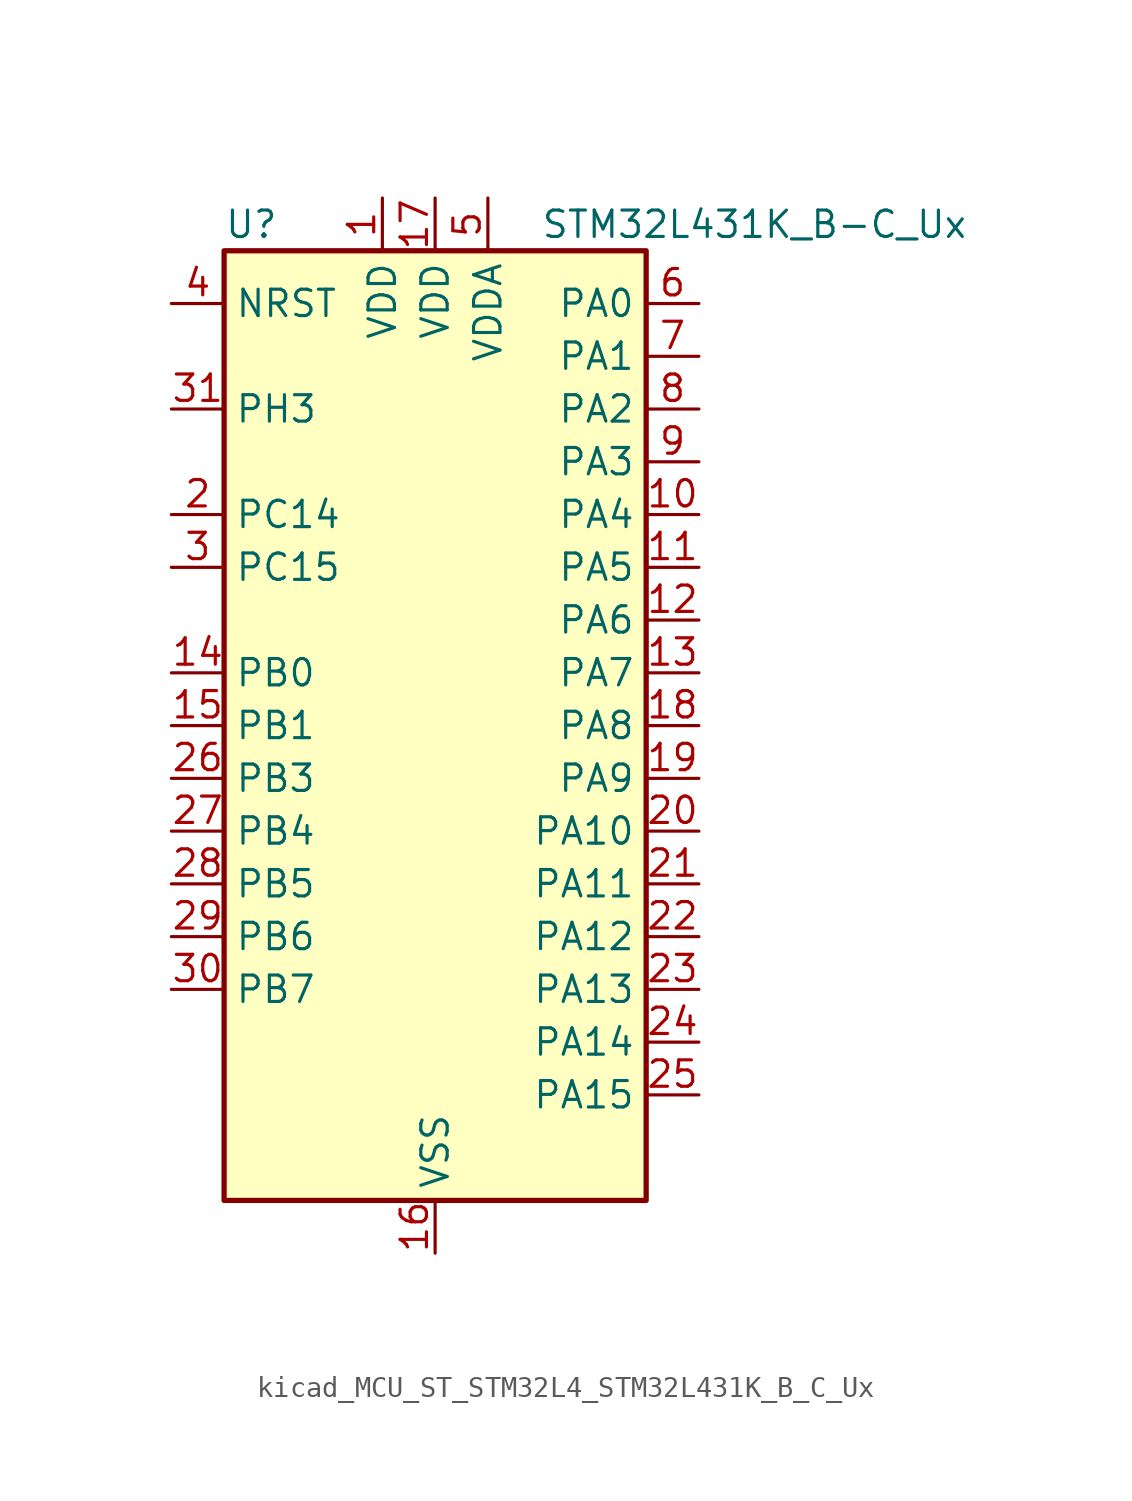
<source format=kicad_sym>
(kicad_symbol_lib
  (version 20220914)
  (generator kicad_symbol_editor)
  (symbol "kicad_MCU_ST_STM32L4_STM32L431K_B_C_Ux"
    (property "Reference" "U"
      (at -10.16 24.13 0)
      (effects (font (size 1.27 1.27)) (justify left)))
    (property "Value" "STM32L431K_B-C_Ux"
      (at 5.08 24.13 0)
      (effects (font (size 1.27 1.27)) (justify left)))
    (property "ki_locked" ""
      (at 0 0 0)
      (effects (font (size 1.27 1.27))))
    (symbol "kicad_MCU_ST_STM32L4_STM32L431K_B_C_Ux_0_1"
      (rectangle (start -10.16 -22.86) (end 10.16 22.86) (stroke (width 0.254) (type default)) (fill (type background))))
    (symbol "kicad_MCU_ST_STM32L4_STM32L431K_B_C_Ux_1_1"
      (pin power_in line (at -2.54 25.4 270) (length 2.54) (name "VDD" (effects (font (size 1.27 1.27)))) (number "1" (effects (font (size 1.27 1.27)))))
      (pin bidirectional line (at 12.7 10.16 180) (length 2.54) (name "PA4" (effects (font (size 1.27 1.27)))) (number "10" (effects (font (size 1.27 1.27)))) (alternate "ADC1_IN9" bidirectional line) (alternate "COMP1_INM" bidirectional line) (alternate "COMP2_INM" bidirectional line) (alternate "DAC1_OUT1" bidirectional line) (alternate "LPTIM2_OUT" bidirectional line) (alternate "SAI1_FS_B" bidirectional line) (alternate "SPI1_NSS" bidirectional line) (alternate "SPI3_NSS" bidirectional line) (alternate "USART2_CK" bidirectional line))
      (pin bidirectional line (at 12.7 7.62 180) (length 2.54) (name "PA5" (effects (font (size 1.27 1.27)))) (number "11" (effects (font (size 1.27 1.27)))) (alternate "ADC1_IN10" bidirectional line) (alternate "COMP1_INM" bidirectional line) (alternate "COMP2_INM" bidirectional line) (alternate "DAC1_OUT2" bidirectional line) (alternate "LPTIM2_ETR" bidirectional line) (alternate "SPI1_SCK" bidirectional line) (alternate "TIM2_CH1" bidirectional line) (alternate "TIM2_ETR" bidirectional line))
      (pin bidirectional line (at 12.7 5.08 180) (length 2.54) (name "PA6" (effects (font (size 1.27 1.27)))) (number "12" (effects (font (size 1.27 1.27)))) (alternate "ADC1_IN11" bidirectional line) (alternate "COMP1_OUT" bidirectional line) (alternate "LPUART1_CTS" bidirectional line) (alternate "QUADSPI_BK1_IO3" bidirectional line) (alternate "SPI1_MISO" bidirectional line) (alternate "TIM16_CH1" bidirectional line) (alternate "TIM1_BKIN" bidirectional line) (alternate "TIM1_BKIN_COMP2" bidirectional line))
      (pin bidirectional line (at 12.7 2.54 180) (length 2.54) (name "PA7" (effects (font (size 1.27 1.27)))) (number "13" (effects (font (size 1.27 1.27)))) (alternate "ADC1_IN12" bidirectional line) (alternate "COMP2_OUT" bidirectional line) (alternate "I2C3_SCL" bidirectional line) (alternate "QUADSPI_BK1_IO2" bidirectional line) (alternate "SPI1_MOSI" bidirectional line) (alternate "TIM1_CH1N" bidirectional line))
      (pin bidirectional line (at -12.7 2.54 0) (length 2.54) (name "PB0" (effects (font (size 1.27 1.27)))) (number "14" (effects (font (size 1.27 1.27)))) (alternate "ADC1_IN15" bidirectional line) (alternate "COMP1_OUT" bidirectional line) (alternate "QUADSPI_BK1_IO1" bidirectional line) (alternate "SAI1_EXTCLK" bidirectional line) (alternate "SPI1_NSS" bidirectional line) (alternate "TIM1_CH2N" bidirectional line))
      (pin bidirectional line (at -12.7 0 0) (length 2.54) (name "PB1" (effects (font (size 1.27 1.27)))) (number "15" (effects (font (size 1.27 1.27)))) (alternate "ADC1_IN16" bidirectional line) (alternate "COMP1_INM" bidirectional line) (alternate "LPTIM2_IN1" bidirectional line) (alternate "LPUART1_DE" bidirectional line) (alternate "LPUART1_RTS" bidirectional line) (alternate "QUADSPI_BK1_IO0" bidirectional line) (alternate "TIM1_CH3N" bidirectional line))
      (pin power_in line (at 0 -25.4 90) (length 2.54) (name "VSS" (effects (font (size 1.27 1.27)))) (number "16" (effects (font (size 1.27 1.27)))))
      (pin power_in line (at 0 25.4 270) (length 2.54) (name "VDD" (effects (font (size 1.27 1.27)))) (number "17" (effects (font (size 1.27 1.27)))))
      (pin bidirectional line (at 12.7 0 180) (length 2.54) (name "PA8" (effects (font (size 1.27 1.27)))) (number "18" (effects (font (size 1.27 1.27)))) (alternate "LPTIM2_OUT" bidirectional line) (alternate "RCC_MCO" bidirectional line) (alternate "SAI1_SCK_A" bidirectional line) (alternate "SWPMI1_IO" bidirectional line) (alternate "TIM1_CH1" bidirectional line) (alternate "USART1_CK" bidirectional line))
      (pin bidirectional line (at 12.7 -2.54 180) (length 2.54) (name "PA9" (effects (font (size 1.27 1.27)))) (number "19" (effects (font (size 1.27 1.27)))) (alternate "DAC1_EXTI9" bidirectional line) (alternate "I2C1_SCL" bidirectional line) (alternate "SAI1_FS_A" bidirectional line) (alternate "TIM15_BKIN" bidirectional line) (alternate "TIM1_CH2" bidirectional line) (alternate "USART1_TX" bidirectional line))
      (pin bidirectional line (at -12.7 10.16 0) (length 2.54) (name "PC14" (effects (font (size 1.27 1.27)))) (number "2" (effects (font (size 1.27 1.27)))) (alternate "RCC_OSC32_IN" bidirectional line))
      (pin bidirectional line (at 12.7 -5.08 180) (length 2.54) (name "PA10" (effects (font (size 1.27 1.27)))) (number "20" (effects (font (size 1.27 1.27)))) (alternate "I2C1_SDA" bidirectional line) (alternate "SAI1_SD_A" bidirectional line) (alternate "TIM1_CH3" bidirectional line) (alternate "USART1_RX" bidirectional line))
      (pin bidirectional line (at 12.7 -7.62 180) (length 2.54) (name "PA11" (effects (font (size 1.27 1.27)))) (number "21" (effects (font (size 1.27 1.27)))) (alternate "ADC1_EXTI11" bidirectional line) (alternate "CAN1_RX" bidirectional line) (alternate "COMP1_OUT" bidirectional line) (alternate "SPI1_MISO" bidirectional line) (alternate "TIM1_BKIN2" bidirectional line) (alternate "TIM1_BKIN2_COMP1" bidirectional line) (alternate "TIM1_CH4" bidirectional line) (alternate "USART1_CTS" bidirectional line))
      (pin bidirectional line (at 12.7 -10.16 180) (length 2.54) (name "PA12" (effects (font (size 1.27 1.27)))) (number "22" (effects (font (size 1.27 1.27)))) (alternate "CAN1_TX" bidirectional line) (alternate "SPI1_MOSI" bidirectional line) (alternate "TIM1_ETR" bidirectional line) (alternate "USART1_DE" bidirectional line) (alternate "USART1_RTS" bidirectional line))
      (pin bidirectional line (at 12.7 -12.7 180) (length 2.54) (name "PA13" (effects (font (size 1.27 1.27)))) (number "23" (effects (font (size 1.27 1.27)))) (alternate "IR_OUT" bidirectional line) (alternate "SAI1_SD_B" bidirectional line) (alternate "SWPMI1_TX" bidirectional line) (alternate "SYS_JTMS-SWDIO" bidirectional line))
      (pin bidirectional line (at 12.7 -15.24 180) (length 2.54) (name "PA14" (effects (font (size 1.27 1.27)))) (number "24" (effects (font (size 1.27 1.27)))) (alternate "I2C1_SMBA" bidirectional line) (alternate "LPTIM1_OUT" bidirectional line) (alternate "SAI1_FS_B" bidirectional line) (alternate "SWPMI1_RX" bidirectional line) (alternate "SYS_JTCK-SWCLK" bidirectional line))
      (pin bidirectional line (at 12.7 -17.78 180) (length 2.54) (name "PA15" (effects (font (size 1.27 1.27)))) (number "25" (effects (font (size 1.27 1.27)))) (alternate "ADC1_EXTI15" bidirectional line) (alternate "SPI1_NSS" bidirectional line) (alternate "SPI3_NSS" bidirectional line) (alternate "SWPMI1_SUSPEND" bidirectional line) (alternate "SYS_JTDI" bidirectional line) (alternate "TIM2_CH1" bidirectional line) (alternate "TIM2_ETR" bidirectional line) (alternate "USART2_RX" bidirectional line))
      (pin bidirectional line (at -12.7 -2.54 0) (length 2.54) (name "PB3" (effects (font (size 1.27 1.27)))) (number "26" (effects (font (size 1.27 1.27)))) (alternate "COMP2_INM" bidirectional line) (alternate "SAI1_SCK_B" bidirectional line) (alternate "SPI1_SCK" bidirectional line) (alternate "SPI3_SCK" bidirectional line) (alternate "SYS_JTDO-SWO" bidirectional line) (alternate "TIM2_CH2" bidirectional line) (alternate "USART1_DE" bidirectional line) (alternate "USART1_RTS" bidirectional line))
      (pin bidirectional line (at -12.7 -5.08 0) (length 2.54) (name "PB4" (effects (font (size 1.27 1.27)))) (number "27" (effects (font (size 1.27 1.27)))) (alternate "COMP2_INP" bidirectional line) (alternate "I2C3_SDA" bidirectional line) (alternate "SAI1_MCLK_B" bidirectional line) (alternate "SPI1_MISO" bidirectional line) (alternate "SPI3_MISO" bidirectional line) (alternate "SYS_JTRST" bidirectional line) (alternate "TSC_G2_IO1" bidirectional line) (alternate "USART1_CTS" bidirectional line))
      (pin bidirectional line (at -12.7 -7.62 0) (length 2.54) (name "PB5" (effects (font (size 1.27 1.27)))) (number "28" (effects (font (size 1.27 1.27)))) (alternate "COMP2_OUT" bidirectional line) (alternate "I2C1_SMBA" bidirectional line) (alternate "LPTIM1_IN1" bidirectional line) (alternate "SAI1_SD_B" bidirectional line) (alternate "SPI1_MOSI" bidirectional line) (alternate "SPI3_MOSI" bidirectional line) (alternate "TIM16_BKIN" bidirectional line) (alternate "TSC_G2_IO2" bidirectional line) (alternate "USART1_CK" bidirectional line))
      (pin bidirectional line (at -12.7 -10.16 0) (length 2.54) (name "PB6" (effects (font (size 1.27 1.27)))) (number "29" (effects (font (size 1.27 1.27)))) (alternate "COMP2_INP" bidirectional line) (alternate "I2C1_SCL" bidirectional line) (alternate "LPTIM1_ETR" bidirectional line) (alternate "SAI1_FS_B" bidirectional line) (alternate "TIM16_CH1N" bidirectional line) (alternate "TSC_G2_IO3" bidirectional line) (alternate "USART1_TX" bidirectional line))
      (pin bidirectional line (at -12.7 7.62 0) (length 2.54) (name "PC15" (effects (font (size 1.27 1.27)))) (number "3" (effects (font (size 1.27 1.27)))) (alternate "ADC1_EXTI15" bidirectional line) (alternate "RCC_OSC32_OUT" bidirectional line))
      (pin bidirectional line (at -12.7 -12.7 0) (length 2.54) (name "PB7" (effects (font (size 1.27 1.27)))) (number "30" (effects (font (size 1.27 1.27)))) (alternate "COMP2_INM" bidirectional line) (alternate "I2C1_SDA" bidirectional line) (alternate "LPTIM1_IN2" bidirectional line) (alternate "SYS_PVD_IN" bidirectional line) (alternate "TSC_G2_IO4" bidirectional line) (alternate "USART1_RX" bidirectional line))
      (pin bidirectional line (at -12.7 15.24 0) (length 2.54) (name "PH3" (effects (font (size 1.27 1.27)))) (number "31" (effects (font (size 1.27 1.27)))))
      (pin passive line (at 0 -25.4 90) (length 2.54) hide (name "VSS" (effects (font (size 1.27 1.27)))) (number "32" (effects (font (size 1.27 1.27)))))
      (pin passive line (at 0 -25.4 90) (length 2.54) hide (name "VSS" (effects (font (size 1.27 1.27)))) (number "33" (effects (font (size 1.27 1.27)))))
      (pin input line (at -12.7 20.32 0) (length 2.54) (name "NRST" (effects (font (size 1.27 1.27)))) (number "4" (effects (font (size 1.27 1.27)))))
      (pin power_in line (at 2.54 25.4 270) (length 2.54) (name "VDDA" (effects (font (size 1.27 1.27)))) (number "5" (effects (font (size 1.27 1.27)))))
      (pin bidirectional line (at 12.7 20.32 180) (length 2.54) (name "PA0" (effects (font (size 1.27 1.27)))) (number "6" (effects (font (size 1.27 1.27)))) (alternate "ADC1_IN5" bidirectional line) (alternate "COMP1_INM" bidirectional line) (alternate "COMP1_OUT" bidirectional line) (alternate "OPAMP1_VINP" bidirectional line) (alternate "RCC_CK_IN" bidirectional line) (alternate "RTC_TAMP2" bidirectional line) (alternate "SAI1_EXTCLK" bidirectional line) (alternate "SYS_WKUP1" bidirectional line) (alternate "TIM2_CH1" bidirectional line) (alternate "TIM2_ETR" bidirectional line) (alternate "USART2_CTS" bidirectional line))
      (pin bidirectional line (at 12.7 17.78 180) (length 2.54) (name "PA1" (effects (font (size 1.27 1.27)))) (number "7" (effects (font (size 1.27 1.27)))) (alternate "ADC1_IN6" bidirectional line) (alternate "COMP1_INP" bidirectional line) (alternate "I2C1_SMBA" bidirectional line) (alternate "OPAMP1_VINM" bidirectional line) (alternate "SPI1_SCK" bidirectional line) (alternate "TIM15_CH1N" bidirectional line) (alternate "TIM2_CH2" bidirectional line) (alternate "USART2_DE" bidirectional line) (alternate "USART2_RTS" bidirectional line))
      (pin bidirectional line (at 12.7 15.24 180) (length 2.54) (name "PA2" (effects (font (size 1.27 1.27)))) (number "8" (effects (font (size 1.27 1.27)))) (alternate "ADC1_IN7" bidirectional line) (alternate "COMP2_INM" bidirectional line) (alternate "COMP2_OUT" bidirectional line) (alternate "LPUART1_TX" bidirectional line) (alternate "QUADSPI_BK1_NCS" bidirectional line) (alternate "RCC_LSCO" bidirectional line) (alternate "SYS_WKUP4" bidirectional line) (alternate "TIM15_CH1" bidirectional line) (alternate "TIM2_CH3" bidirectional line) (alternate "USART2_TX" bidirectional line))
      (pin bidirectional line (at 12.7 12.7 180) (length 2.54) (name "PA3" (effects (font (size 1.27 1.27)))) (number "9" (effects (font (size 1.27 1.27)))) (alternate "ADC1_IN8" bidirectional line) (alternate "COMP2_INP" bidirectional line) (alternate "LPUART1_RX" bidirectional line) (alternate "OPAMP1_VOUT" bidirectional line) (alternate "QUADSPI_CLK" bidirectional line) (alternate "SAI1_MCLK_A" bidirectional line) (alternate "TIM15_CH2" bidirectional line) (alternate "TIM2_CH4" bidirectional line) (alternate "USART2_RX" bidirectional line)))))
</source>
